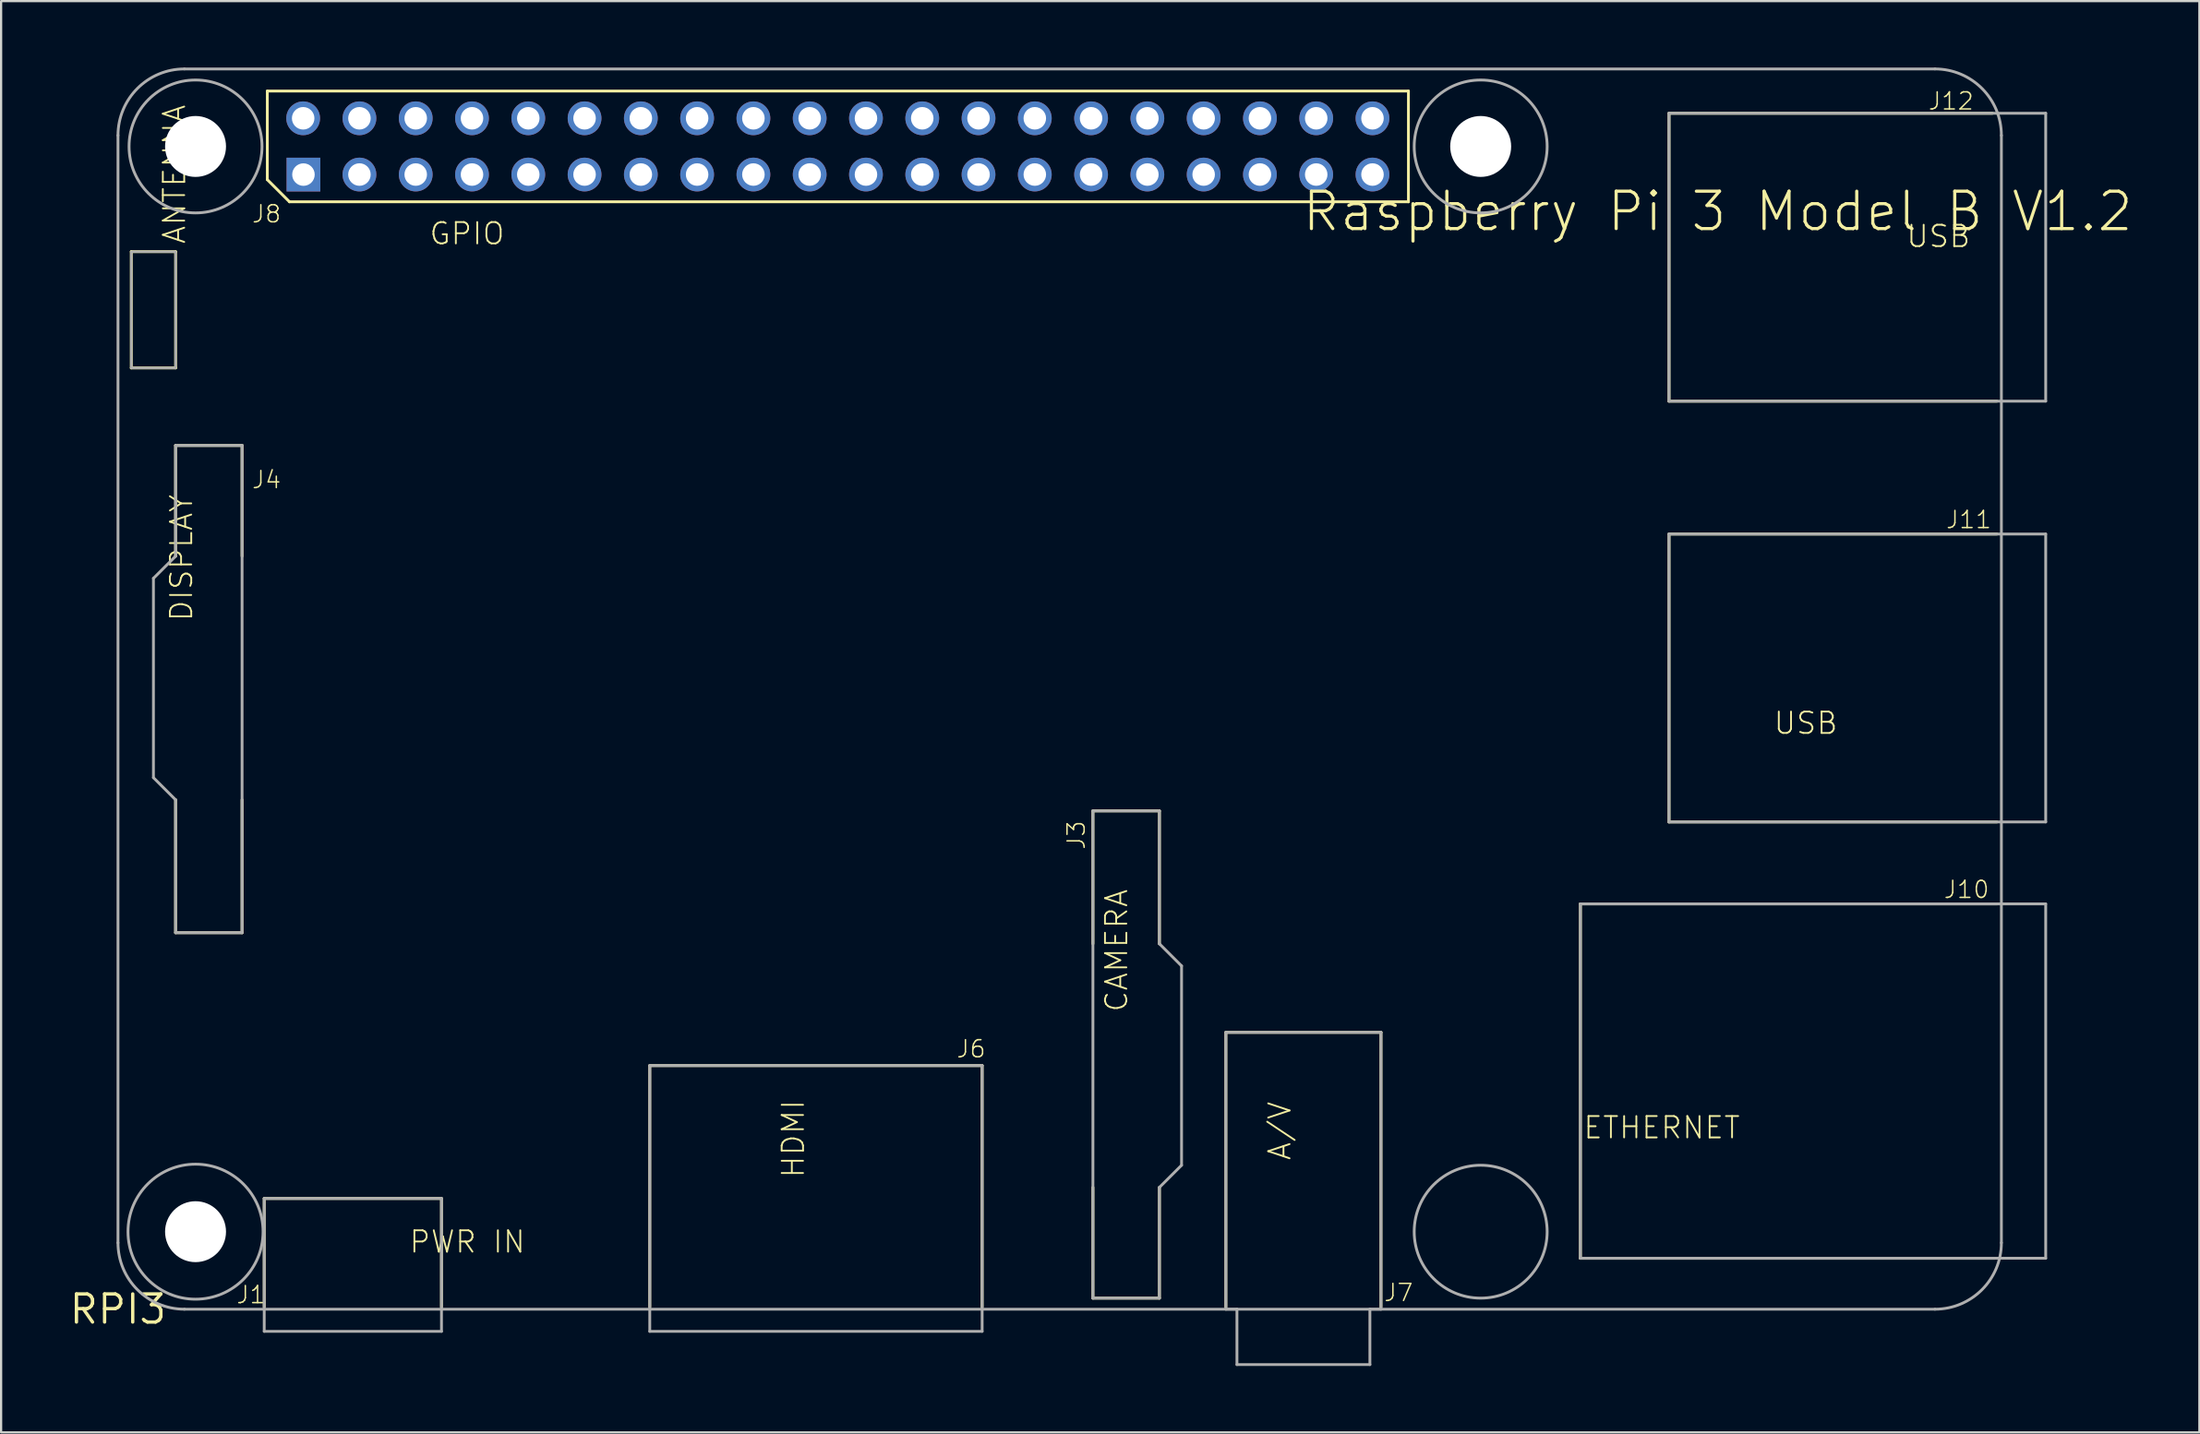
<source format=kicad_pcb>
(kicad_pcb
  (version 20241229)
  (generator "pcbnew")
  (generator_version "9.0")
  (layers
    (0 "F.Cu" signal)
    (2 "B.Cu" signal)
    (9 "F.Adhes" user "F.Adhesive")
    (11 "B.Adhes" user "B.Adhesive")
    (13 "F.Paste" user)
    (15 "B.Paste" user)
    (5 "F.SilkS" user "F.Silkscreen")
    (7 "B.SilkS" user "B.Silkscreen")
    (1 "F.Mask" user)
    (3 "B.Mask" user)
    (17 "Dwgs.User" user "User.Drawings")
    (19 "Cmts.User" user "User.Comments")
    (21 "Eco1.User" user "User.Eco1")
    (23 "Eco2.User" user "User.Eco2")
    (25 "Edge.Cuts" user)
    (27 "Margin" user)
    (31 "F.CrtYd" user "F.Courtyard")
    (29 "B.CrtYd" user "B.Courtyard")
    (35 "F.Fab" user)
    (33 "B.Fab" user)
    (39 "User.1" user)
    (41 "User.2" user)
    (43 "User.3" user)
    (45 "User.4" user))
  (footprint "RPI3"
    (layer "F.Cu")
    (at 2.275 56.063)
    (property "Reference" "RPI3" (at 0 0 0) (layer "F.SilkS") (effects (font (size 1.27 1.27) (thickness 0.15))))
    (attr through_hole)
    (fp_line (start 0.6 -47.75) (end 0.6 -42.5) (stroke (width 0.127) (type solid)) (layer "F.SilkS"))
    (fp_line (start 0.6 -42.5) (end 2.6 -42.5) (stroke (width 0.127) (type solid)) (layer "F.SilkS"))
    (fp_line (start 2.6 -47.75) (end 0.6 -47.75) (stroke (width 0.127) (type solid)) (layer "F.SilkS"))
    (fp_line (start 2.6 -42.5) (end 2.6 -47.75) (stroke (width 0.127) (type solid)) (layer "F.SilkS"))
    (fp_line (start 2.6 -39) (end 5.6 -39) (stroke (width 0.127) (type solid)) (layer "F.SilkS"))
    (fp_line (start 2.6 -34) (end 2.6 -39) (stroke (width 0.127) (type solid)) (layer "F.SilkS"))
    (fp_line (start 2.6 -23) (end 2.6 -17) (stroke (width 0.127) (type solid)) (layer "F.SilkS"))
    (fp_line (start 2.6 -17) (end 5.6 -17) (stroke (width 0.127) (type solid)) (layer "F.SilkS"))
    (fp_line (start 5.6 -39) (end 5.6 -34) (stroke (width 0.127) (type solid)) (layer "F.SilkS"))
    (fp_line (start 5.6 -17) (end 5.6 -23) (stroke (width 0.127) (type solid)) (layer "F.SilkS"))
    (fp_line (start 6.6 -5) (end 14.6 -5) (stroke (width 0.127) (type solid)) (layer "F.SilkS"))
    (fp_line (start 6.6 -0.1) (end 6.6 -5) (stroke (width 0.127) (type solid)) (layer "F.SilkS"))
    (fp_line (start 6.739 -55.002) (end 6.739 -51.002) (stroke (width 0.127) (type solid)) (layer "F.SilkS"))
    (fp_line (start 6.739 -51.002) (end 7.739 -50.002) (stroke (width 0.127) (type solid)) (layer "F.SilkS"))
    (fp_line (start 7.739 -50.002) (end 58.239 -50.002) (stroke (width 0.127) (type solid)) (layer "F.SilkS"))
    (fp_line (start 14.6 -5) (end 14.6 -0.1) (stroke (width 0.127) (type solid)) (layer "F.SilkS"))
    (fp_line (start 24 -11) (end 39 -11) (stroke (width 0.127) (type solid)) (layer "F.SilkS"))
    (fp_line (start 24 -0.1) (end 24 -11) (stroke (width 0.127) (type solid)) (layer "F.SilkS"))
    (fp_line (start 39 -11) (end 39 -0.1) (stroke (width 0.127) (type solid)) (layer "F.SilkS"))
    (fp_line (start 44 -22.5) (end 44 -16.5) (stroke (width 0.127) (type solid)) (layer "F.SilkS"))
    (fp_line (start 44 -0.5) (end 44 -5.5) (stroke (width 0.127) (type solid)) (layer "F.SilkS"))
    (fp_line (start 47 -22.5) (end 44 -22.5) (stroke (width 0.127) (type solid)) (layer "F.SilkS"))
    (fp_line (start 47 -16.5) (end 47 -22.5) (stroke (width 0.127) (type solid)) (layer "F.SilkS"))
    (fp_line (start 47 -5.5) (end 47 -0.5) (stroke (width 0.127) (type solid)) (layer "F.SilkS"))
    (fp_line (start 47 -0.5) (end 44 -0.5) (stroke (width 0.127) (type solid)) (layer "F.SilkS"))
    (fp_line (start 50 -12.5) (end 57 -12.5) (stroke (width 0.127) (type solid)) (layer "F.SilkS"))
    (fp_line (start 50 -0.1) (end 50 -12.5) (stroke (width 0.127) (type solid)) (layer "F.SilkS"))
    (fp_line (start 57 -12.5) (end 57 -0.1) (stroke (width 0.127) (type solid)) (layer "F.SilkS"))
    (fp_line (start 58.239 -55.002) (end 6.739 -55.002) (stroke (width 0.127) (type solid)) (layer "F.SilkS"))
    (fp_line (start 58.239 -50.002) (end 58.239 -55.002) (stroke (width 0.127) (type solid)) (layer "F.SilkS"))
    (fp_line (start 66 -18.3) (end 84.8 -18.3) (stroke (width 0.127) (type solid)) (layer "F.SilkS"))
    (fp_line (start 66 -2.3) (end 66 -18.3) (stroke (width 0.127) (type solid)) (layer "F.SilkS"))
    (fp_line (start 70 -54) (end 70 -41) (stroke (width 0.127) (type solid)) (layer "F.SilkS"))
    (fp_line (start 70 -41) (end 84.8 -41) (stroke (width 0.127) (type solid)) (layer "F.SilkS"))
    (fp_line (start 70 -35) (end 84.8 -35) (stroke (width 0.127) (type solid)) (layer "F.SilkS"))
    (fp_line (start 70 -22) (end 70 -35) (stroke (width 0.127) (type solid)) (layer "F.SilkS"))
    (fp_line (start 84.6 -54) (end 70 -54) (stroke (width 0.127) (type solid)) (layer "F.SilkS"))
    (fp_line (start 84.7 -2.3) (end 66 -2.3) (stroke (width 0.127) (type solid)) (layer "F.SilkS"))
    (fp_line (start 84.8 -22) (end 70 -22) (stroke (width 0.127) (type solid)) (layer "F.SilkS"))
    (fp_line (start 0 -53) (end 0 -3) (stroke (width 0.127) (type solid)) (layer "F.Fab"))
    (fp_line (start 1.6 -33) (end 2.6 -34) (stroke (width 0.127) (type solid)) (layer "F.Fab"))
    (fp_line (start 1.6 -24) (end 1.6 -33) (stroke (width 0.127) (type solid)) (layer "F.Fab"))
    (fp_line (start 2.6 -39) (end 5.6 -39) (stroke (width 0.127) (type solid)) (layer "F.Fab"))
    (fp_line (start 2.6 -34) (end 2.6 -39) (stroke (width 0.127) (type solid)) (layer "F.Fab"))
    (fp_line (start 2.6 -23) (end 1.6 -24) (stroke (width 0.127) (type solid)) (layer "F.Fab"))
    (fp_line (start 2.6 -17) (end 2.6 -23) (stroke (width 0.127) (type solid)) (layer "F.Fab"))
    (fp_line (start 3 0) (end 82 0) (stroke (width 0.127) (type solid)) (layer "F.Fab"))
    (fp_line (start 5.6 -39) (end 5.6 -17) (stroke (width 0.127) (type solid)) (layer "F.Fab"))
    (fp_line (start 5.6 -17) (end 2.6 -17) (stroke (width 0.127) (type solid)) (layer "F.Fab"))
    (fp_line (start 6.6 -5) (end 6.6 1) (stroke (width 0.127) (type solid)) (layer "F.Fab"))
    (fp_line (start 6.6 1) (end 14.6 1) (stroke (width 0.127) (type solid)) (layer "F.Fab"))
    (fp_line (start 14.6 -5) (end 6.6 -5) (stroke (width 0.127) (type solid)) (layer "F.Fab"))
    (fp_line (start 14.6 1) (end 14.6 -5) (stroke (width 0.127) (type solid)) (layer "F.Fab"))
    (fp_line (start 24 -11) (end 24 1) (stroke (width 0.127) (type solid)) (layer "F.Fab"))
    (fp_line (start 24 1) (end 39 1) (stroke (width 0.127) (type solid)) (layer "F.Fab"))
    (fp_line (start 39 -11) (end 24 -11) (stroke (width 0.127) (type solid)) (layer "F.Fab"))
    (fp_line (start 39 1) (end 39 -11) (stroke (width 0.127) (type solid)) (layer "F.Fab"))
    (fp_line (start 44 -22.5) (end 47 -22.5) (stroke (width 0.127) (type solid)) (layer "F.Fab"))
    (fp_line (start 44 -0.5) (end 44 -22.5) (stroke (width 0.127) (type solid)) (layer "F.Fab"))
    (fp_line (start 47 -22.5) (end 47 -16.5) (stroke (width 0.127) (type solid)) (layer "F.Fab"))
    (fp_line (start 47 -16.5) (end 48 -15.5) (stroke (width 0.127) (type solid)) (layer "F.Fab"))
    (fp_line (start 47 -5.5) (end 47 -0.5) (stroke (width 0.127) (type solid)) (layer "F.Fab"))
    (fp_line (start 47 -0.5) (end 44 -0.5) (stroke (width 0.127) (type solid)) (layer "F.Fab"))
    (fp_line (start 48 -15.5) (end 48 -6.5) (stroke (width 0.127) (type solid)) (layer "F.Fab"))
    (fp_line (start 48 -6.5) (end 47 -5.5) (stroke (width 0.127) (type solid)) (layer "F.Fab"))
    (fp_line (start 50 -12.5) (end 50 0) (stroke (width 0.127) (type solid)) (layer "F.Fab"))
    (fp_line (start 50 0) (end 50.5 0) (stroke (width 0.127) (type solid)) (layer "F.Fab"))
    (fp_line (start 50.5 0) (end 50.5 2.5) (stroke (width 0.127) (type solid)) (layer "F.Fab"))
    (fp_line (start 50.5 2.5) (end 56.5 2.5) (stroke (width 0.127) (type solid)) (layer "F.Fab"))
    (fp_line (start 56.5 0) (end 57 0) (stroke (width 0.127) (type solid)) (layer "F.Fab"))
    (fp_line (start 56.5 2.5) (end 56.5 0) (stroke (width 0.127) (type solid)) (layer "F.Fab"))
    (fp_line (start 57 -12.5) (end 50 -12.5) (stroke (width 0.127) (type solid)) (layer "F.Fab"))
    (fp_line (start 57 0) (end 57 -12.5) (stroke (width 0.127) (type solid)) (layer "F.Fab"))
    (fp_line (start 66 -18.3) (end 66 -2.3) (stroke (width 0.127) (type solid)) (layer "F.Fab"))
    (fp_line (start 66 -2.3) (end 87 -2.3) (stroke (width 0.127) (type solid)) (layer "F.Fab"))
    (fp_line (start 70 -54) (end 70 -41) (stroke (width 0.127) (type solid)) (layer "F.Fab"))
    (fp_line (start 70 -41) (end 87 -41) (stroke (width 0.127) (type solid)) (layer "F.Fab"))
    (fp_line (start 70 -35) (end 70 -22) (stroke (width 0.127) (type solid)) (layer "F.Fab"))
    (fp_line (start 70 -22) (end 87 -22) (stroke (width 0.127) (type solid)) (layer "F.Fab"))
    (fp_line (start 82 -56) (end 3 -56) (stroke (width 0.127) (type solid)) (layer "F.Fab"))
    (fp_line (start 85 -3) (end 85 -53) (stroke (width 0.127) (type solid)) (layer "F.Fab"))
    (fp_line (start 87 -54) (end 70 -54) (stroke (width 0.127) (type solid)) (layer "F.Fab"))
    (fp_line (start 87 -41) (end 87 -54) (stroke (width 0.127) (type solid)) (layer "F.Fab"))
    (fp_line (start 87 -35) (end 70 -35) (stroke (width 0.127) (type solid)) (layer "F.Fab"))
    (fp_line (start 87 -22) (end 87 -35) (stroke (width 0.127) (type solid)) (layer "F.Fab"))
    (fp_line (start 87 -18.3) (end 66 -18.3) (stroke (width 0.127) (type solid)) (layer "F.Fab"))
    (fp_line (start 87 -2.3) (end 87 -18.3) (stroke (width 0.127) (type solid)) (layer "F.Fab"))
    (fp_arc (start 0 -53) (mid 0.87868 -55.12132) (end 3 -56) (stroke (width 0.127) (type solid)) (layer "F.Fab"))
    (fp_arc (start 3 0) (mid 0.87868 -0.87868) (end 0 -3) (stroke (width 0.127) (type solid)) (layer "F.Fab"))
    (fp_arc (start 82 -56) (mid 84.12132 -55.12132) (end 85 -53) (stroke (width 0.127) (type solid)) (layer "F.Fab"))
    (fp_arc (start 85 -3) (mid 84.12132 -0.87868) (end 82 0) (stroke (width 0.127) (type solid)) (layer "F.Fab"))
    (fp_circle (center 3.5 -52.5) (end 6.5 -52.5) (stroke (width 0.127) (type solid)) (fill no) (layer "F.Fab"))
    (fp_circle (center 3.5 -3.5) (end 6.548 -3.5) (stroke (width 0.127) (type solid)) (fill no) (layer "F.Fab"))
    (fp_circle (center 61.5 -52.5) (end 64.5 -52.5) (stroke (width 0.127) (type solid)) (fill no) (layer "F.Fab"))
    (fp_circle (center 61.5 -3.5) (end 64.5 -3.5) (stroke (width 0.127) (type solid)) (fill no) (layer "F.Fab"))
    (fp_poly (pts (xy 0.6 -42.5) (xy 2.6 -42.5) (xy 2.6 -47.75) (xy 0.6 -47.75)) (stroke (width 0.1) (type solid)) (fill no) (layer "F.Fab"))
    (fp_text user "ETHERNET" (at 73.266 -8.763 0) (layer "F.SilkS") (effects (font (size 0.965 0.965) (thickness 0.081)) (justify right top)))
    (fp_text user "CAMERA" (at 45.631 -13.36 90) (layer "F.SilkS") (effects (font (size 0.965 0.965) (thickness 0.081)) (justify left bottom)))
    (fp_text user "J10" (at 84.5 -19.4 0) (layer "F.SilkS") (effects (font (size 0.772 0.772) (thickness 0.065)) (justify right top)))
    (fp_text user "J8" (at 6 -49 0) (layer "F.SilkS") (effects (font (size 0.772 0.772) (thickness 0.065)) (justify left bottom)))
    (fp_text user "J1" (at 5.3 -0.2 0) (layer "F.SilkS") (effects (font (size 0.772 0.772) (thickness 0.065)) (justify left bottom)))
    (fp_text user "J11" (at 84.6 -36.1 0) (layer "F.SilkS") (effects (font (size 0.772 0.772) (thickness 0.065)) (justify right top)))
    (fp_text user "USB" (at 77.673 -27.026 0) (layer "F.SilkS") (effects (font (size 0.965 0.965) (thickness 0.081)) (justify right top)))
    (fp_text user "J4" (at 6 -37 0) (layer "F.SilkS") (effects (font (size 0.772 0.772) (thickness 0.065)) (justify left bottom)))
    (fp_text user "USB" (at 80.658 -47.879 0) (layer "F.SilkS") (effects (font (size 0.965 0.965) (thickness 0.081)) (justify left bottom)))
    (fp_text user "ANTENNA" (at 3.111 -48.044 90) (layer "F.SilkS") (effects (font (size 0.965 0.965) (thickness 0.081)) (justify left bottom)))
    (fp_text user "Raspberry Pi 3 Model B V1.2" (at 53.365 -48.578 0) (layer "F.SilkS") (effects (font (size 1.689 1.689) (thickness 0.142)) (justify left bottom)))
    (fp_text user "DISPLAY" (at 3.429 -31.001 90) (layer "F.SilkS") (effects (font (size 0.965 0.965) (thickness 0.081)) (justify left bottom)))
    (fp_text user "J3" (at 43.7 -20.7 90) (layer "F.SilkS") (effects (font (size 0.772 0.772) (thickness 0.065)) (justify left bottom)))
    (fp_text user "J12" (at 83.8 -55 0) (layer "F.SilkS") (effects (font (size 0.772 0.772) (thickness 0.065)) (justify right top)))
    (fp_text user "PWR IN" (at 13.094 -2.477 0) (layer "F.SilkS") (effects (font (size 0.965 0.965) (thickness 0.081)) (justify left bottom)))
    (fp_text user "A/V" (at 52.997 -6.668 90) (layer "F.SilkS") (effects (font (size 0.965 0.965) (thickness 0.081)) (justify left bottom)))
    (fp_text user "HDMI" (at 31.039 -5.867 90) (layer "F.SilkS") (effects (font (size 0.965 0.965) (thickness 0.081)) (justify left bottom)))
    (fp_text user "GPIO" (at 14 -48 0) (layer "F.SilkS") (effects (font (size 0.965 0.965) (thickness 0.081)) (justify left bottom)))
    (fp_text user "J6" (at 37.8 -11.3 0) (layer "F.SilkS") (effects (font (size 0.772 0.772) (thickness 0.065)) (justify left bottom)))
    (fp_text user "J7" (at 58.5 -1.2 0) (layer "F.SilkS") (effects (font (size 0.772 0.772) (thickness 0.065)) (justify right top)))
    (pad "" np_thru_hole circle (at 3.5 -52.5) (size 2.75 2.75) (drill 2.75) (layers "*.Cu"))
    (pad "" np_thru_hole circle (at 3.5 -3.5) (size 2.75 2.75) (drill 2.75) (layers "*.Cu"))
    (pad "" np_thru_hole circle (at 61.5 -52.5) (size 2.75 2.75) (drill 2.75) (layers "*.Cu"))
    (pad "P$1" thru_hole rect (at 8.37 -51.23) (size 1.524 1.524) (drill 1.016) (layers "*.Cu" "*.Mask"))
    (pad "P$2" thru_hole circle (at 8.357 -53.772) (size 1.524 1.524) (drill 1.016) (layers "*.Cu" "*.Mask"))
    (pad "P$3" thru_hole circle (at 10.897 -51.232) (size 1.524 1.524) (drill 1.016) (layers "*.Cu" "*.Mask"))
    (pad "P$4" thru_hole circle (at 10.897 -53.772) (size 1.524 1.524) (drill 1.016) (layers "*.Cu" "*.Mask"))
    (pad "P$5" thru_hole circle (at 13.437 -51.232) (size 1.524 1.524) (drill 1.016) (layers "*.Cu" "*.Mask"))
    (pad "P$6" thru_hole circle (at 13.437 -53.772) (size 1.524 1.524) (drill 1.016) (layers "*.Cu" "*.Mask"))
    (pad "P$7" thru_hole circle (at 15.977 -51.232) (size 1.524 1.524) (drill 1.016) (layers "*.Cu" "*.Mask"))
    (pad "P$8" thru_hole circle (at 15.977 -53.772) (size 1.524 1.524) (drill 1.016) (layers "*.Cu" "*.Mask"))
    (pad "P$9" thru_hole circle (at 18.517 -51.232) (size 1.524 1.524) (drill 1.016) (layers "*.Cu" "*.Mask"))
    (pad "P$10" thru_hole circle (at 18.517 -53.772) (size 1.524 1.524) (drill 1.016) (layers "*.Cu" "*.Mask"))
    (pad "P$11" thru_hole circle (at 21.057 -51.232) (size 1.524 1.524) (drill 1.016) (layers "*.Cu" "*.Mask"))
    (pad "P$12" thru_hole circle (at 21.057 -53.772) (size 1.524 1.524) (drill 1.016) (layers "*.Cu" "*.Mask"))
    (pad "P$13" thru_hole circle (at 23.597 -51.232) (size 1.524 1.524) (drill 1.016) (layers "*.Cu" "*.Mask"))
    (pad "P$14" thru_hole circle (at 23.597 -53.772) (size 1.524 1.524) (drill 1.016) (layers "*.Cu" "*.Mask"))
    (pad "P$15" thru_hole circle (at 26.137 -51.232) (size 1.524 1.524) (drill 1.016) (layers "*.Cu" "*.Mask"))
    (pad "P$16" thru_hole circle (at 26.137 -53.772) (size 1.524 1.524) (drill 1.016) (layers "*.Cu" "*.Mask"))
    (pad "P$17" thru_hole circle (at 28.677 -51.232) (size 1.524 1.524) (drill 1.016) (layers "*.Cu" "*.Mask"))
    (pad "P$18" thru_hole circle (at 28.677 -53.772) (size 1.524 1.524) (drill 1.016) (layers "*.Cu" "*.Mask"))
    (pad "P$19" thru_hole circle (at 31.217 -51.232) (size 1.524 1.524) (drill 1.016) (layers "*.Cu" "*.Mask"))
    (pad "P$20" thru_hole circle (at 31.217 -53.772) (size 1.524 1.524) (drill 1.016) (layers "*.Cu" "*.Mask"))
    (pad "P$21" thru_hole circle (at 33.757 -51.232) (size 1.524 1.524) (drill 1.016) (layers "*.Cu" "*.Mask"))
    (pad "P$22" thru_hole circle (at 33.757 -53.772) (size 1.524 1.524) (drill 1.016) (layers "*.Cu" "*.Mask"))
    (pad "P$23" thru_hole circle (at 36.297 -51.232) (size 1.524 1.524) (drill 1.016) (layers "*.Cu" "*.Mask"))
    (pad "P$24" thru_hole circle (at 36.297 -53.772) (size 1.524 1.524) (drill 1.016) (layers "*.Cu" "*.Mask"))
    (pad "P$25" thru_hole circle (at 38.837 -51.232) (size 1.524 1.524) (drill 1.016) (layers "*.Cu" "*.Mask"))
    (pad "P$26" thru_hole circle (at 38.837 -53.772) (size 1.524 1.524) (drill 1.016) (layers "*.Cu" "*.Mask"))
    (pad "P$27" thru_hole circle (at 41.377 -51.232) (size 1.524 1.524) (drill 1.016) (layers "*.Cu" "*.Mask"))
    (pad "P$28" thru_hole circle (at 41.377 -53.772) (size 1.524 1.524) (drill 1.016) (layers "*.Cu" "*.Mask"))
    (pad "P$29" thru_hole circle (at 43.917 -51.232) (size 1.524 1.524) (drill 1.016) (layers "*.Cu" "*.Mask"))
    (pad "P$30" thru_hole circle (at 43.917 -53.772) (size 1.524 1.524) (drill 1.016) (layers "*.Cu" "*.Mask"))
    (pad "P$31" thru_hole circle (at 46.457 -51.232) (size 1.524 1.524) (drill 1.016) (layers "*.Cu" "*.Mask"))
    (pad "P$32" thru_hole circle (at 46.457 -53.772) (size 1.524 1.524) (drill 1.016) (layers "*.Cu" "*.Mask"))
    (pad "P$33" thru_hole circle (at 48.997 -51.232) (size 1.524 1.524) (drill 1.016) (layers "*.Cu" "*.Mask"))
    (pad "P$34" thru_hole circle (at 48.997 -53.772) (size 1.524 1.524) (drill 1.016) (layers "*.Cu" "*.Mask"))
    (pad "P$35" thru_hole circle (at 51.537 -51.232) (size 1.524 1.524) (drill 1.016) (layers "*.Cu" "*.Mask"))
    (pad "P$36" thru_hole circle (at 51.537 -53.772) (size 1.524 1.524) (drill 1.016) (layers "*.Cu" "*.Mask"))
    (pad "P$37" thru_hole circle (at 54.077 -51.232) (size 1.524 1.524) (drill 1.016) (layers "*.Cu" "*.Mask"))
    (pad "P$38" thru_hole circle (at 54.077 -53.772) (size 1.524 1.524) (drill 1.016) (layers "*.Cu" "*.Mask"))
    (pad "P$39" thru_hole circle (at 56.617 -51.232) (size 1.524 1.524) (drill 1.016) (layers "*.Cu" "*.Mask"))
    (pad "P$40" thru_hole circle (at 56.617 -53.772) (size 1.524 1.524) (drill 1.016) (layers "*.Cu" "*.Mask")))
  (gr_rect
    (start -3 -3)
    (end 96.211 61.627)
    (stroke (width 0.1) (type default))
    (fill no)
    (layer "Edge.Cuts")))
</source>
